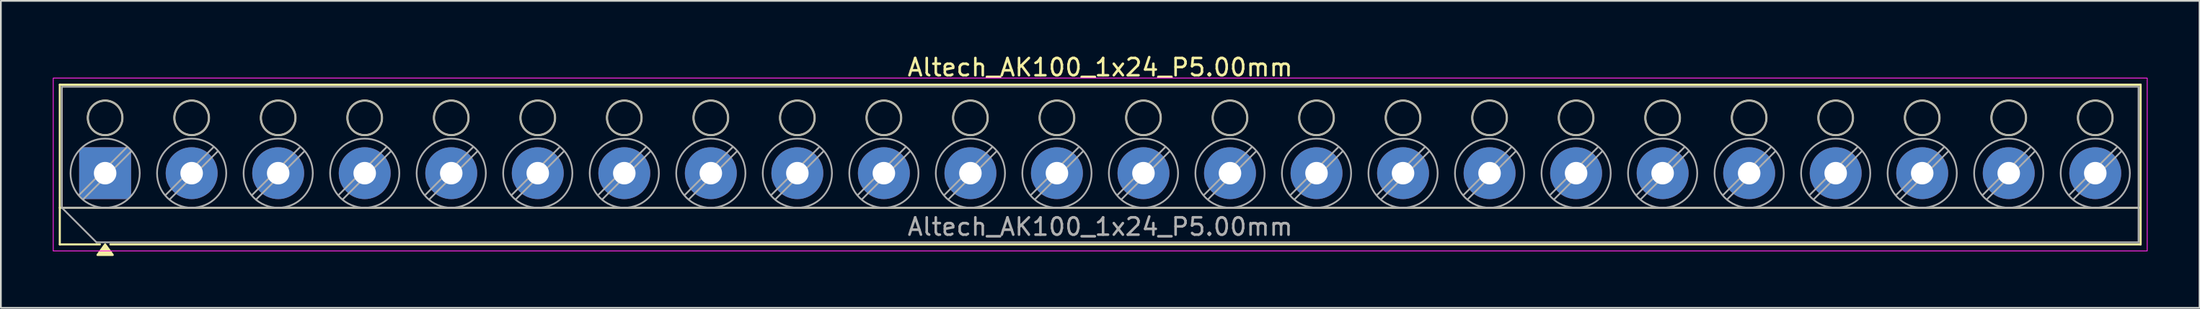
<source format=kicad_pcb>
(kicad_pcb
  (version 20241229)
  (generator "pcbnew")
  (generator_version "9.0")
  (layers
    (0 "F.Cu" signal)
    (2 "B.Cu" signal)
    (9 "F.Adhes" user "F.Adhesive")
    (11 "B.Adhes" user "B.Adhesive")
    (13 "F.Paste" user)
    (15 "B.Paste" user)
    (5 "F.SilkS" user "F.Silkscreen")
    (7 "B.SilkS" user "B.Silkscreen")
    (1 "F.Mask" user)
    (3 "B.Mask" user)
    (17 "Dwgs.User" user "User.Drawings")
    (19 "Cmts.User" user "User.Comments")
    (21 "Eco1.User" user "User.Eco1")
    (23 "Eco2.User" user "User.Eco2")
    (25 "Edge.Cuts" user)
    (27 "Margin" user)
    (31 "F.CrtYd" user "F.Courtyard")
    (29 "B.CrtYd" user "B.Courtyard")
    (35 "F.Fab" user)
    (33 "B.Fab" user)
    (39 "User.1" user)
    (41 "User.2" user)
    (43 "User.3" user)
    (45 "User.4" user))
  (footprint "Altech_AK100_1x24_P5.00mm"
    (layer "F.Cu")
    (at 3.025 6.968)
    (property "Reference" "Altech_AK100_1x24_P5.00mm" (at 57.5 -6.12 0) (layer "F.SilkS") (effects (font (size 1 1) (thickness 0.15))))
    (attr through_hole)
    (fp_line (start -2.62 -5.12) (end 117.62 -5.12) (stroke (width 0.12) (type solid)) (layer "F.SilkS"))
    (fp_line (start -2.62 2) (end 117.62 2) (stroke (width 0.12) (type solid)) (layer "F.SilkS"))
    (fp_line (start -2.62 4.12) (end -2.62 -5.12) (stroke (width 0.12) (type solid)) (layer "F.SilkS"))
    (fp_line (start -0.3 4.12) (end -2.62 4.12) (stroke (width 0.12) (type solid)) (layer "F.SilkS"))
    (fp_line (start 117.62 -5.12) (end 117.62 4.12) (stroke (width 0.12) (type solid)) (layer "F.SilkS"))
    (fp_line (start 117.62 4.12) (end 0.3 4.12) (stroke (width 0.12) (type solid)) (layer "F.SilkS"))
    (fp_circle (center 0 -3.2) (end 1 -3.2) (stroke (width 0.12) (type solid)) (fill no) (layer "F.SilkS"))
    (fp_circle (center 5 -3.2) (end 6 -3.2) (stroke (width 0.12) (type solid)) (fill no) (layer "F.SilkS"))
    (fp_circle (center 10 -3.2) (end 11 -3.2) (stroke (width 0.12) (type solid)) (fill no) (layer "F.SilkS"))
    (fp_circle (center 15 -3.2) (end 16 -3.2) (stroke (width 0.12) (type solid)) (fill no) (layer "F.SilkS"))
    (fp_circle (center 20 -3.2) (end 21 -3.2) (stroke (width 0.12) (type solid)) (fill no) (layer "F.SilkS"))
    (fp_circle (center 25 -3.2) (end 26 -3.2) (stroke (width 0.12) (type solid)) (fill no) (layer "F.SilkS"))
    (fp_circle (center 30 -3.2) (end 31 -3.2) (stroke (width 0.12) (type solid)) (fill no) (layer "F.SilkS"))
    (fp_circle (center 35 -3.2) (end 36 -3.2) (stroke (width 0.12) (type solid)) (fill no) (layer "F.SilkS"))
    (fp_circle (center 40 -3.2) (end 41 -3.2) (stroke (width 0.12) (type solid)) (fill no) (layer "F.SilkS"))
    (fp_circle (center 45 -3.2) (end 46 -3.2) (stroke (width 0.12) (type solid)) (fill no) (layer "F.SilkS"))
    (fp_circle (center 50 -3.2) (end 51 -3.2) (stroke (width 0.12) (type solid)) (fill no) (layer "F.SilkS"))
    (fp_circle (center 55 -3.2) (end 56 -3.2) (stroke (width 0.12) (type solid)) (fill no) (layer "F.SilkS"))
    (fp_circle (center 60 -3.2) (end 61 -3.2) (stroke (width 0.12) (type solid)) (fill no) (layer "F.SilkS"))
    (fp_circle (center 65 -3.2) (end 66 -3.2) (stroke (width 0.12) (type solid)) (fill no) (layer "F.SilkS"))
    (fp_circle (center 70 -3.2) (end 71 -3.2) (stroke (width 0.12) (type solid)) (fill no) (layer "F.SilkS"))
    (fp_circle (center 75 -3.2) (end 76 -3.2) (stroke (width 0.12) (type solid)) (fill no) (layer "F.SilkS"))
    (fp_circle (center 80 -3.2) (end 81 -3.2) (stroke (width 0.12) (type solid)) (fill no) (layer "F.SilkS"))
    (fp_circle (center 85 -3.2) (end 86 -3.2) (stroke (width 0.12) (type solid)) (fill no) (layer "F.SilkS"))
    (fp_circle (center 90 -3.2) (end 91 -3.2) (stroke (width 0.12) (type solid)) (fill no) (layer "F.SilkS"))
    (fp_circle (center 95 -3.2) (end 96 -3.2) (stroke (width 0.12) (type solid)) (fill no) (layer "F.SilkS"))
    (fp_circle (center 100 -3.2) (end 101 -3.2) (stroke (width 0.12) (type solid)) (fill no) (layer "F.SilkS"))
    (fp_circle (center 105 -3.2) (end 106 -3.2) (stroke (width 0.12) (type solid)) (fill no) (layer "F.SilkS"))
    (fp_circle (center 110 -3.2) (end 111 -3.2) (stroke (width 0.12) (type solid)) (fill no) (layer "F.SilkS"))
    (fp_circle (center 115 -3.2) (end 116 -3.2) (stroke (width 0.12) (type solid)) (fill no) (layer "F.SilkS"))
    (fp_poly (pts (xy 0 4.12) (xy 0.44 4.73) (xy -0.44 4.73)) (stroke (width 0.12) (type solid)) (fill yes) (layer "F.SilkS"))
    (fp_rect (start -3 -5.5) (end 118 4.5) (stroke (width 0.05) (type solid)) (fill no) (layer "F.CrtYd"))
    (fp_line (start -2.5 -5) (end 117.5 -5) (stroke (width 0.1) (type solid)) (layer "F.Fab"))
    (fp_line (start -2.5 2) (end -2.5 -5) (stroke (width 0.1) (type solid)) (layer "F.Fab"))
    (fp_line (start -2.5 2) (end 117.5 2) (stroke (width 0.1) (type solid)) (layer "F.Fab"))
    (fp_line (start -0.5 4) (end -2.5 2) (stroke (width 0.1) (type solid)) (layer "F.Fab"))
    (fp_line (start 1.273 -1.517) (end -1.517 1.273) (stroke (width 0.1) (type solid)) (layer "F.Fab"))
    (fp_line (start 1.517 -1.273) (end -1.273 1.517) (stroke (width 0.1) (type solid)) (layer "F.Fab"))
    (fp_line (start 6.273 -1.517) (end 3.483 1.273) (stroke (width 0.1) (type solid)) (layer "F.Fab"))
    (fp_line (start 6.517 -1.273) (end 3.727 1.517) (stroke (width 0.1) (type solid)) (layer "F.Fab"))
    (fp_line (start 11.273 -1.517) (end 8.483 1.273) (stroke (width 0.1) (type solid)) (layer "F.Fab"))
    (fp_line (start 11.517 -1.273) (end 8.727 1.517) (stroke (width 0.1) (type solid)) (layer "F.Fab"))
    (fp_line (start 16.273 -1.517) (end 13.483 1.273) (stroke (width 0.1) (type solid)) (layer "F.Fab"))
    (fp_line (start 16.517 -1.273) (end 13.727 1.517) (stroke (width 0.1) (type solid)) (layer "F.Fab"))
    (fp_line (start 21.273 -1.517) (end 18.483 1.273) (stroke (width 0.1) (type solid)) (layer "F.Fab"))
    (fp_line (start 21.517 -1.273) (end 18.727 1.517) (stroke (width 0.1) (type solid)) (layer "F.Fab"))
    (fp_line (start 26.273 -1.517) (end 23.483 1.273) (stroke (width 0.1) (type solid)) (layer "F.Fab"))
    (fp_line (start 26.517 -1.273) (end 23.727 1.517) (stroke (width 0.1) (type solid)) (layer "F.Fab"))
    (fp_line (start 31.273 -1.517) (end 28.483 1.273) (stroke (width 0.1) (type solid)) (layer "F.Fab"))
    (fp_line (start 31.517 -1.273) (end 28.727 1.517) (stroke (width 0.1) (type solid)) (layer "F.Fab"))
    (fp_line (start 36.273 -1.517) (end 33.483 1.273) (stroke (width 0.1) (type solid)) (layer "F.Fab"))
    (fp_line (start 36.517 -1.273) (end 33.727 1.517) (stroke (width 0.1) (type solid)) (layer "F.Fab"))
    (fp_line (start 41.273 -1.517) (end 38.483 1.273) (stroke (width 0.1) (type solid)) (layer "F.Fab"))
    (fp_line (start 41.517 -1.273) (end 38.727 1.517) (stroke (width 0.1) (type solid)) (layer "F.Fab"))
    (fp_line (start 46.273 -1.517) (end 43.483 1.273) (stroke (width 0.1) (type solid)) (layer "F.Fab"))
    (fp_line (start 46.517 -1.273) (end 43.727 1.517) (stroke (width 0.1) (type solid)) (layer "F.Fab"))
    (fp_line (start 51.273 -1.517) (end 48.483 1.273) (stroke (width 0.1) (type solid)) (layer "F.Fab"))
    (fp_line (start 51.517 -1.273) (end 48.727 1.517) (stroke (width 0.1) (type solid)) (layer "F.Fab"))
    (fp_line (start 56.273 -1.517) (end 53.483 1.273) (stroke (width 0.1) (type solid)) (layer "F.Fab"))
    (fp_line (start 56.517 -1.273) (end 53.727 1.517) (stroke (width 0.1) (type solid)) (layer "F.Fab"))
    (fp_line (start 61.273 -1.517) (end 58.483 1.273) (stroke (width 0.1) (type solid)) (layer "F.Fab"))
    (fp_line (start 61.517 -1.273) (end 58.727 1.517) (stroke (width 0.1) (type solid)) (layer "F.Fab"))
    (fp_line (start 66.273 -1.517) (end 63.483 1.273) (stroke (width 0.1) (type solid)) (layer "F.Fab"))
    (fp_line (start 66.517 -1.273) (end 63.727 1.517) (stroke (width 0.1) (type solid)) (layer "F.Fab"))
    (fp_line (start 71.273 -1.517) (end 68.483 1.273) (stroke (width 0.1) (type solid)) (layer "F.Fab"))
    (fp_line (start 71.517 -1.273) (end 68.727 1.517) (stroke (width 0.1) (type solid)) (layer "F.Fab"))
    (fp_line (start 76.273 -1.517) (end 73.483 1.273) (stroke (width 0.1) (type solid)) (layer "F.Fab"))
    (fp_line (start 76.517 -1.273) (end 73.727 1.517) (stroke (width 0.1) (type solid)) (layer "F.Fab"))
    (fp_line (start 81.273 -1.517) (end 78.483 1.273) (stroke (width 0.1) (type solid)) (layer "F.Fab"))
    (fp_line (start 81.517 -1.273) (end 78.727 1.517) (stroke (width 0.1) (type solid)) (layer "F.Fab"))
    (fp_line (start 86.273 -1.517) (end 83.483 1.273) (stroke (width 0.1) (type solid)) (layer "F.Fab"))
    (fp_line (start 86.517 -1.273) (end 83.727 1.517) (stroke (width 0.1) (type solid)) (layer "F.Fab"))
    (fp_line (start 91.273 -1.517) (end 88.483 1.273) (stroke (width 0.1) (type solid)) (layer "F.Fab"))
    (fp_line (start 91.517 -1.273) (end 88.727 1.517) (stroke (width 0.1) (type solid)) (layer "F.Fab"))
    (fp_line (start 96.273 -1.517) (end 93.483 1.273) (stroke (width 0.1) (type solid)) (layer "F.Fab"))
    (fp_line (start 96.517 -1.273) (end 93.727 1.517) (stroke (width 0.1) (type solid)) (layer "F.Fab"))
    (fp_line (start 101.273 -1.517) (end 98.483 1.273) (stroke (width 0.1) (type solid)) (layer "F.Fab"))
    (fp_line (start 101.517 -1.273) (end 98.727 1.517) (stroke (width 0.1) (type solid)) (layer "F.Fab"))
    (fp_line (start 106.273 -1.517) (end 103.483 1.273) (stroke (width 0.1) (type solid)) (layer "F.Fab"))
    (fp_line (start 106.517 -1.273) (end 103.727 1.517) (stroke (width 0.1) (type solid)) (layer "F.Fab"))
    (fp_line (start 111.273 -1.517) (end 108.483 1.273) (stroke (width 0.1) (type solid)) (layer "F.Fab"))
    (fp_line (start 111.517 -1.273) (end 108.727 1.517) (stroke (width 0.1) (type solid)) (layer "F.Fab"))
    (fp_line (start 116.273 -1.517) (end 113.483 1.273) (stroke (width 0.1) (type solid)) (layer "F.Fab"))
    (fp_line (start 116.517 -1.273) (end 113.727 1.517) (stroke (width 0.1) (type solid)) (layer "F.Fab"))
    (fp_line (start 117.5 -5) (end 117.5 4) (stroke (width 0.1) (type solid)) (layer "F.Fab"))
    (fp_line (start 117.5 4) (end -0.5 4) (stroke (width 0.1) (type solid)) (layer "F.Fab"))
    (fp_circle (center 0 -3.2) (end 1 -3.2) (stroke (width 0.1) (type solid)) (fill no) (layer "F.Fab"))
    (fp_circle (center 0 0) (end 2 0) (stroke (width 0.1) (type solid)) (fill no) (layer "F.Fab"))
    (fp_circle (center 5 -3.2) (end 6 -3.2) (stroke (width 0.1) (type solid)) (fill no) (layer "F.Fab"))
    (fp_circle (center 5 0) (end 7 0) (stroke (width 0.1) (type solid)) (fill no) (layer "F.Fab"))
    (fp_circle (center 10 -3.2) (end 11 -3.2) (stroke (width 0.1) (type solid)) (fill no) (layer "F.Fab"))
    (fp_circle (center 10 0) (end 12 0) (stroke (width 0.1) (type solid)) (fill no) (layer "F.Fab"))
    (fp_circle (center 15 -3.2) (end 16 -3.2) (stroke (width 0.1) (type solid)) (fill no) (layer "F.Fab"))
    (fp_circle (center 15 0) (end 17 0) (stroke (width 0.1) (type solid)) (fill no) (layer "F.Fab"))
    (fp_circle (center 20 -3.2) (end 21 -3.2) (stroke (width 0.1) (type solid)) (fill no) (layer "F.Fab"))
    (fp_circle (center 20 0) (end 22 0) (stroke (width 0.1) (type solid)) (fill no) (layer "F.Fab"))
    (fp_circle (center 25 -3.2) (end 26 -3.2) (stroke (width 0.1) (type solid)) (fill no) (layer "F.Fab"))
    (fp_circle (center 25 0) (end 27 0) (stroke (width 0.1) (type solid)) (fill no) (layer "F.Fab"))
    (fp_circle (center 30 -3.2) (end 31 -3.2) (stroke (width 0.1) (type solid)) (fill no) (layer "F.Fab"))
    (fp_circle (center 30 0) (end 32 0) (stroke (width 0.1) (type solid)) (fill no) (layer "F.Fab"))
    (fp_circle (center 35 -3.2) (end 36 -3.2) (stroke (width 0.1) (type solid)) (fill no) (layer "F.Fab"))
    (fp_circle (center 35 0) (end 37 0) (stroke (width 0.1) (type solid)) (fill no) (layer "F.Fab"))
    (fp_circle (center 40 -3.2) (end 41 -3.2) (stroke (width 0.1) (type solid)) (fill no) (layer "F.Fab"))
    (fp_circle (center 40 0) (end 42 0) (stroke (width 0.1) (type solid)) (fill no) (layer "F.Fab"))
    (fp_circle (center 45 -3.2) (end 46 -3.2) (stroke (width 0.1) (type solid)) (fill no) (layer "F.Fab"))
    (fp_circle (center 45 0) (end 47 0) (stroke (width 0.1) (type solid)) (fill no) (layer "F.Fab"))
    (fp_circle (center 50 -3.2) (end 51 -3.2) (stroke (width 0.1) (type solid)) (fill no) (layer "F.Fab"))
    (fp_circle (center 50 0) (end 52 0) (stroke (width 0.1) (type solid)) (fill no) (layer "F.Fab"))
    (fp_circle (center 55 -3.2) (end 56 -3.2) (stroke (width 0.1) (type solid)) (fill no) (layer "F.Fab"))
    (fp_circle (center 55 0) (end 57 0) (stroke (width 0.1) (type solid)) (fill no) (layer "F.Fab"))
    (fp_circle (center 60 -3.2) (end 61 -3.2) (stroke (width 0.1) (type solid)) (fill no) (layer "F.Fab"))
    (fp_circle (center 60 0) (end 62 0) (stroke (width 0.1) (type solid)) (fill no) (layer "F.Fab"))
    (fp_circle (center 65 -3.2) (end 66 -3.2) (stroke (width 0.1) (type solid)) (fill no) (layer "F.Fab"))
    (fp_circle (center 65 0) (end 67 0) (stroke (width 0.1) (type solid)) (fill no) (layer "F.Fab"))
    (fp_circle (center 70 -3.2) (end 71 -3.2) (stroke (width 0.1) (type solid)) (fill no) (layer "F.Fab"))
    (fp_circle (center 70 0) (end 72 0) (stroke (width 0.1) (type solid)) (fill no) (layer "F.Fab"))
    (fp_circle (center 75 -3.2) (end 76 -3.2) (stroke (width 0.1) (type solid)) (fill no) (layer "F.Fab"))
    (fp_circle (center 75 0) (end 77 0) (stroke (width 0.1) (type solid)) (fill no) (layer "F.Fab"))
    (fp_circle (center 80 -3.2) (end 81 -3.2) (stroke (width 0.1) (type solid)) (fill no) (layer "F.Fab"))
    (fp_circle (center 80 0) (end 82 0) (stroke (width 0.1) (type solid)) (fill no) (layer "F.Fab"))
    (fp_circle (center 85 -3.2) (end 86 -3.2) (stroke (width 0.1) (type solid)) (fill no) (layer "F.Fab"))
    (fp_circle (center 85 0) (end 87 0) (stroke (width 0.1) (type solid)) (fill no) (layer "F.Fab"))
    (fp_circle (center 90 -3.2) (end 91 -3.2) (stroke (width 0.1) (type solid)) (fill no) (layer "F.Fab"))
    (fp_circle (center 90 0) (end 92 0) (stroke (width 0.1) (type solid)) (fill no) (layer "F.Fab"))
    (fp_circle (center 95 -3.2) (end 96 -3.2) (stroke (width 0.1) (type solid)) (fill no) (layer "F.Fab"))
    (fp_circle (center 95 0) (end 97 0) (stroke (width 0.1) (type solid)) (fill no) (layer "F.Fab"))
    (fp_circle (center 100 -3.2) (end 101 -3.2) (stroke (width 0.1) (type solid)) (fill no) (layer "F.Fab"))
    (fp_circle (center 100 0) (end 102 0) (stroke (width 0.1) (type solid)) (fill no) (layer "F.Fab"))
    (fp_circle (center 105 -3.2) (end 106 -3.2) (stroke (width 0.1) (type solid)) (fill no) (layer "F.Fab"))
    (fp_circle (center 105 0) (end 107 0) (stroke (width 0.1) (type solid)) (fill no) (layer "F.Fab"))
    (fp_circle (center 110 -3.2) (end 111 -3.2) (stroke (width 0.1) (type solid)) (fill no) (layer "F.Fab"))
    (fp_circle (center 110 0) (end 112 0) (stroke (width 0.1) (type solid)) (fill no) (layer "F.Fab"))
    (fp_circle (center 115 -3.2) (end 116 -3.2) (stroke (width 0.1) (type solid)) (fill no) (layer "F.Fab"))
    (fp_circle (center 115 0) (end 117 0) (stroke (width 0.1) (type solid)) (fill no) (layer "F.Fab"))
    (fp_text user "${REFERENCE}" (at 57.5 3.1 0) (layer "F.Fab") (effects (font (size 1 1) (thickness 0.15))))
    (pad "1" thru_hole roundrect (at 0 0) (size 3 3) (drill 1.3) (layers "*.Cu" "*.Mask") (roundrect_rratio 0.083))
    (pad "2" thru_hole circle (at 5 0) (size 3 3) (drill 1.3) (layers "*.Cu" "*.Mask"))
    (pad "3" thru_hole circle (at 10 0) (size 3 3) (drill 1.3) (layers "*.Cu" "*.Mask"))
    (pad "4" thru_hole circle (at 15 0) (size 3 3) (drill 1.3) (layers "*.Cu" "*.Mask"))
    (pad "5" thru_hole circle (at 20 0) (size 3 3) (drill 1.3) (layers "*.Cu" "*.Mask"))
    (pad "6" thru_hole circle (at 25 0) (size 3 3) (drill 1.3) (layers "*.Cu" "*.Mask"))
    (pad "7" thru_hole circle (at 30 0) (size 3 3) (drill 1.3) (layers "*.Cu" "*.Mask"))
    (pad "8" thru_hole circle (at 35 0) (size 3 3) (drill 1.3) (layers "*.Cu" "*.Mask"))
    (pad "9" thru_hole circle (at 40 0) (size 3 3) (drill 1.3) (layers "*.Cu" "*.Mask"))
    (pad "10" thru_hole circle (at 45 0) (size 3 3) (drill 1.3) (layers "*.Cu" "*.Mask"))
    (pad "11" thru_hole circle (at 50 0) (size 3 3) (drill 1.3) (layers "*.Cu" "*.Mask"))
    (pad "12" thru_hole circle (at 55 0) (size 3 3) (drill 1.3) (layers "*.Cu" "*.Mask"))
    (pad "13" thru_hole circle (at 60 0) (size 3 3) (drill 1.3) (layers "*.Cu" "*.Mask"))
    (pad "14" thru_hole circle (at 65 0) (size 3 3) (drill 1.3) (layers "*.Cu" "*.Mask"))
    (pad "15" thru_hole circle (at 70 0) (size 3 3) (drill 1.3) (layers "*.Cu" "*.Mask"))
    (pad "16" thru_hole circle (at 75 0) (size 3 3) (drill 1.3) (layers "*.Cu" "*.Mask"))
    (pad "17" thru_hole circle (at 80 0) (size 3 3) (drill 1.3) (layers "*.Cu" "*.Mask"))
    (pad "18" thru_hole circle (at 85 0) (size 3 3) (drill 1.3) (layers "*.Cu" "*.Mask"))
    (pad "19" thru_hole circle (at 90 0) (size 3 3) (drill 1.3) (layers "*.Cu" "*.Mask"))
    (pad "20" thru_hole circle (at 95 0) (size 3 3) (drill 1.3) (layers "*.Cu" "*.Mask"))
    (pad "21" thru_hole circle (at 100 0) (size 3 3) (drill 1.3) (layers "*.Cu" "*.Mask"))
    (pad "22" thru_hole circle (at 105 0) (size 3 3) (drill 1.3) (layers "*.Cu" "*.Mask"))
    (pad "23" thru_hole circle (at 110 0) (size 3 3) (drill 1.3) (layers "*.Cu" "*.Mask"))
    (pad "24" thru_hole circle (at 115 0) (size 3 3) (drill 1.3) (layers "*.Cu" "*.Mask")))
  (gr_rect
    (start -3 -3)
    (end 124.05 14.758)
    (stroke (width 0.1) (type default))
    (fill no)
    (layer "Edge.Cuts")))
</source>
